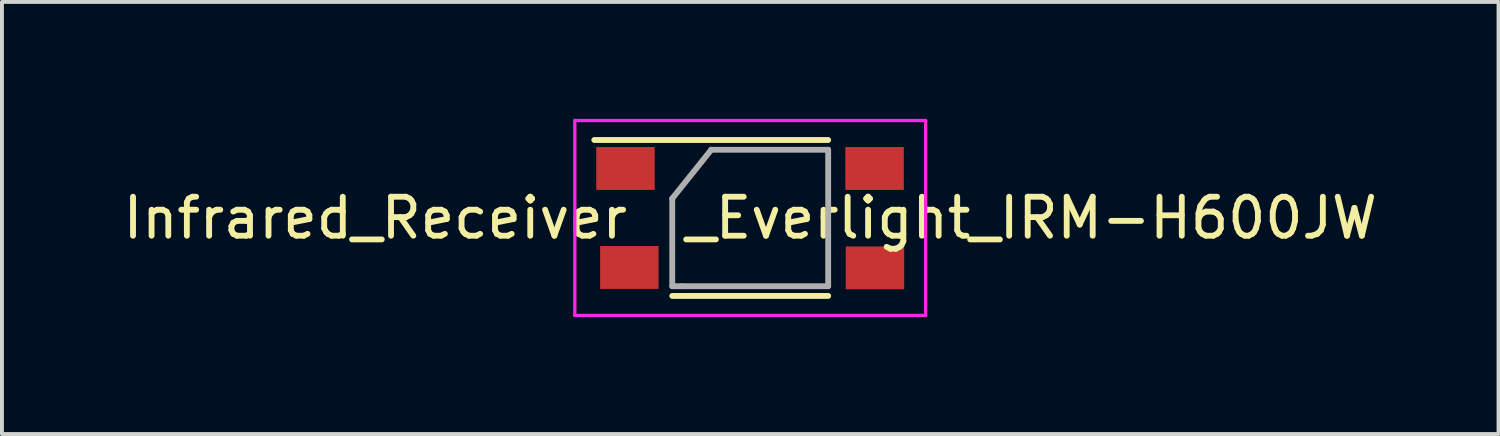
<source format=kicad_pcb>
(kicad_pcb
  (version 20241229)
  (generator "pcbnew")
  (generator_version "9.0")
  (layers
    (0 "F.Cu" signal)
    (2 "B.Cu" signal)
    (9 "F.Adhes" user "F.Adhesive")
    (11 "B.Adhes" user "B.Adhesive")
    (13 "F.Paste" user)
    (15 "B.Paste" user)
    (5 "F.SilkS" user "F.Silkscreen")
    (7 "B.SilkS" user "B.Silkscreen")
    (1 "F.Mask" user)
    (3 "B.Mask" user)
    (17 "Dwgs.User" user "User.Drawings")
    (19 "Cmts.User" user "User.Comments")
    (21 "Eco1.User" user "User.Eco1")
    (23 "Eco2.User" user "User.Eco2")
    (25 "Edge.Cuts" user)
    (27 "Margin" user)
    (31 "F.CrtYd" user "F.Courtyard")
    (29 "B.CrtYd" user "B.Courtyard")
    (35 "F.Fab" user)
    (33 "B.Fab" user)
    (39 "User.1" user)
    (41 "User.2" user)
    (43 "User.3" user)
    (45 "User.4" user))
  (footprint "Infrared_Receiver  _Everlight_IRM-H600JW"
    (layer "F.Cu")
    (at 16.196 2.542)
    (property "Reference" "Infrared_Receiver  _Everlight_IRM-H600JW" (at 0 0 0) (layer "F.SilkS") (effects (font (size 1 1) (thickness 0.15))))
    (attr through_hole)
    (fp_line (start -4 -2) (end 2 -2) (stroke (width 0.15) (type solid)) (layer "F.SilkS"))
    (fp_line (start -2 2) (end 2 2) (stroke (width 0.15) (type solid)) (layer "F.SilkS"))
    (fp_line (start -4.5 -2.5) (end 4.5 -2.5) (stroke (width 0.085) (type solid)) (layer "F.CrtYd"))
    (fp_line (start -4.5 2.5) (end -4.5 -2.5) (stroke (width 0.085) (type solid)) (layer "F.CrtYd"))
    (fp_line (start 4.5 -2.5) (end 4.5 2.5) (stroke (width 0.085) (type solid)) (layer "F.CrtYd"))
    (fp_line (start 4.5 2.5) (end -4.5 2.5) (stroke (width 0.085) (type solid)) (layer "F.CrtYd"))
    (fp_line (start -2 -0.5) (end -1 -1.75) (stroke (width 0.15) (type solid)) (layer "F.Fab"))
    (fp_line (start -2 1.75) (end -2 -0.5) (stroke (width 0.15) (type solid)) (layer "F.Fab"))
    (fp_line (start -1.75 1.75) (end -2 1.75) (stroke (width 0.15) (type solid)) (layer "F.Fab"))
    (fp_line (start -1 -1.75) (end 2 -1.75) (stroke (width 0.15) (type solid)) (layer "F.Fab"))
    (fp_line (start 2 -1.75) (end 2 1.75) (stroke (width 0.15) (type solid)) (layer "F.Fab"))
    (fp_line (start 2 1.75) (end -1.75 1.75) (stroke (width 0.15) (type solid)) (layer "F.Fab"))
    (pad "1" smd rect (at -3.2 -1.27) (size 1.5 1.1) (layers "F.Cu" "F.Mask" "F.Paste"))
    (pad "2" smd rect (at -3.1 1.27) (size 1.5 1.1) (layers "F.Cu" "F.Mask" "F.Paste"))
    (pad "3" smd rect (at 3.2 1.28) (size 1.5 1.1) (layers "F.Cu" "F.Mask" "F.Paste"))
    (pad "4" smd rect (at 3.19 -1.27) (size 1.5 1.1) (layers "F.Cu" "F.Mask" "F.Paste")))
  (gr_rect
    (start -3 -3)
    (end 35.393 8.085)
    (stroke (width 0.1) (type default))
    (fill no)
    (layer "Edge.Cuts")))
</source>
